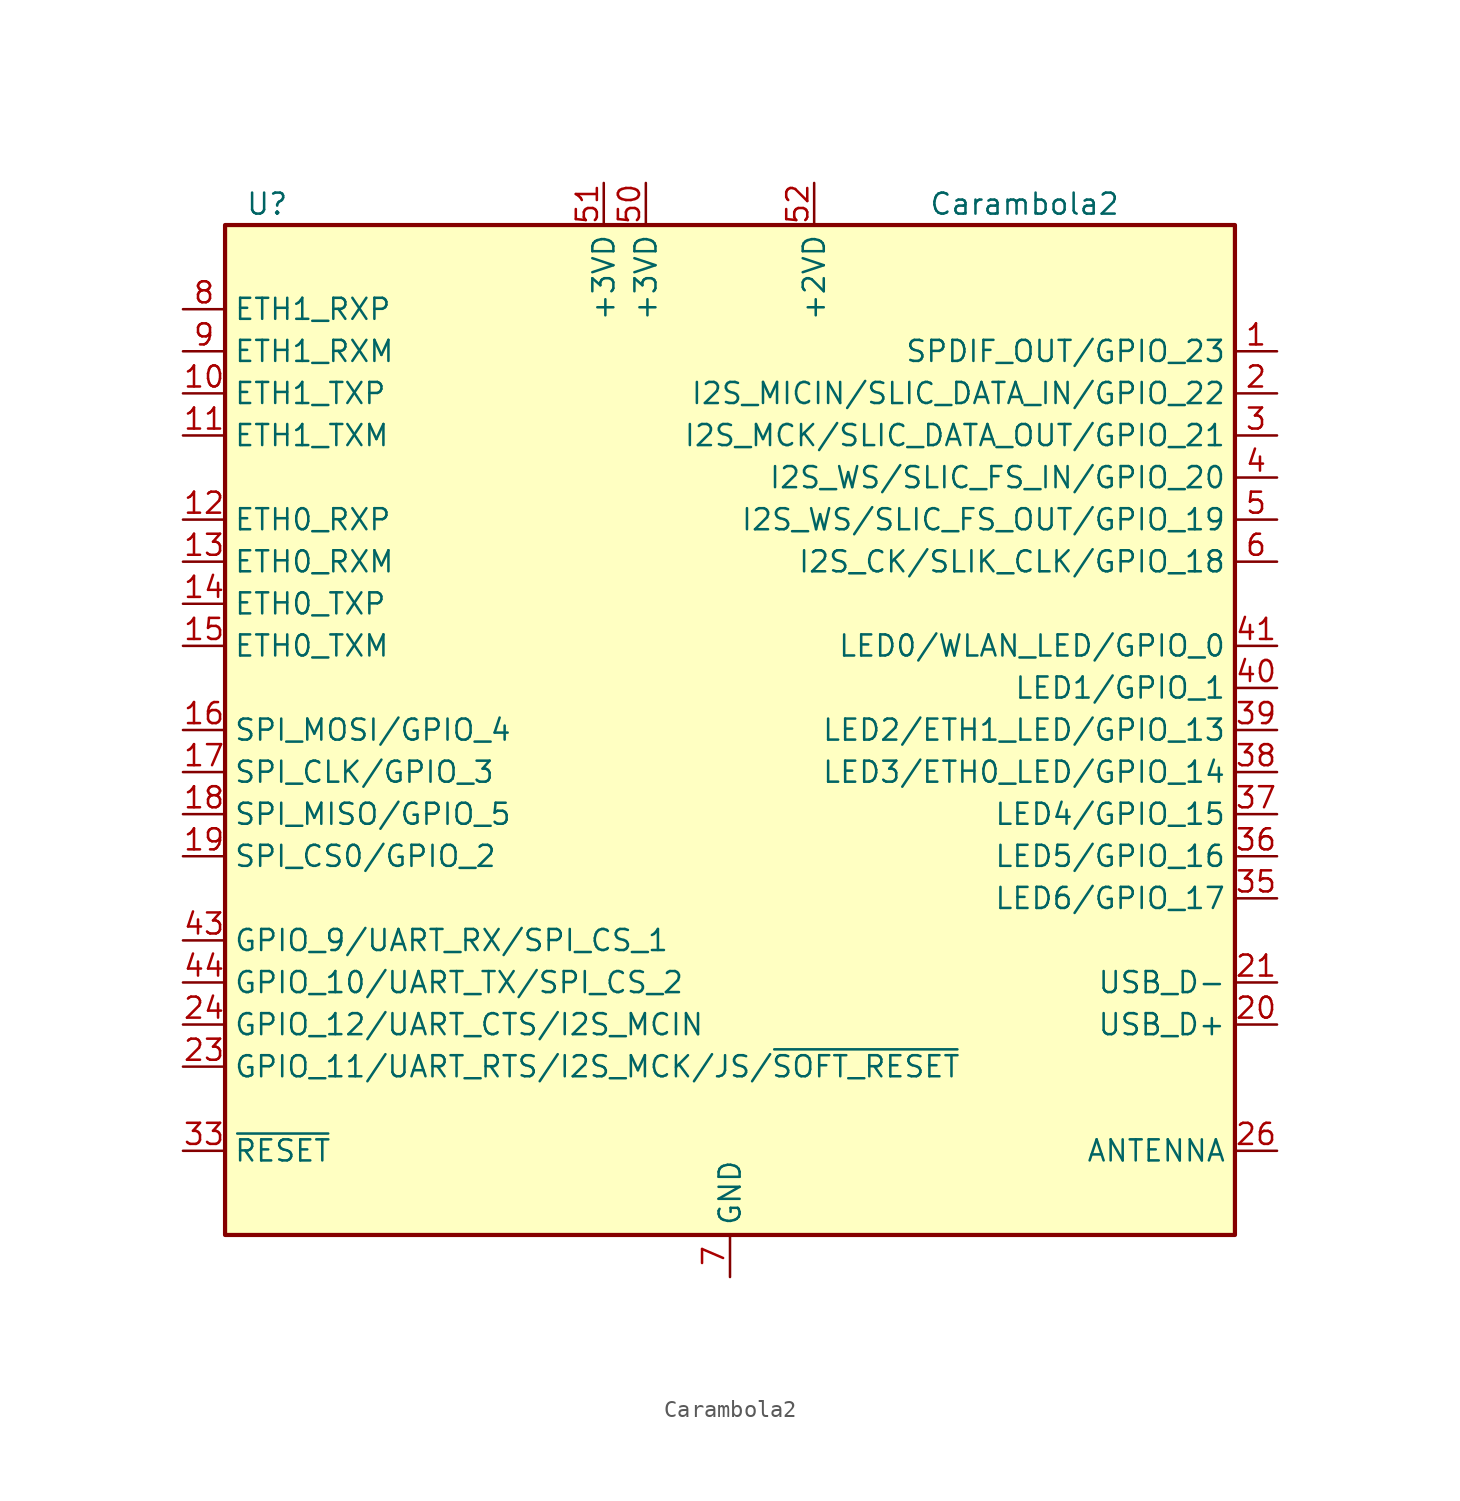
<source format=kicad_sym>
(kicad_symbol_lib
  (version 20201005)
  (generator kicad_symbol_editor)
  (symbol "Carambola2"
    (property "Reference" "U"
      (at -27.94 31.75 0)
      (effects (font (size 1.27 1.27))))
    (property "Value" "Carambola2"
      (at 17.78 31.75 0)
      (effects (font (size 1.27 1.27))))
    (symbol "Carambola2_0_1"
      (rectangle (start -30.48 30.48) (end 30.48 -30.48) (stroke (width 0.254)) (fill (type background))))
    (symbol "Carambola2_1_1"
      (pin bidirectional line (at 33.02 22.86 180) (length 2.54) (name "SPDIF_OUT/GPIO_23" (effects (font (size 1.27 1.27)))) (number "1" (effects (font (size 1.27 1.27)))))
      (pin output line (at -33.02 20.32 0) (length 2.54) (name "ETH1_TXP" (effects (font (size 1.27 1.27)))) (number "10" (effects (font (size 1.27 1.27)))))
      (pin output line (at -33.02 17.78 0) (length 2.54) (name "ETH1_TXM" (effects (font (size 1.27 1.27)))) (number "11" (effects (font (size 1.27 1.27)))))
      (pin input line (at -33.02 12.7 0) (length 2.54) (name "ETH0_RXP" (effects (font (size 1.27 1.27)))) (number "12" (effects (font (size 1.27 1.27)))))
      (pin input line (at -33.02 10.16 0) (length 2.54) (name "ETH0_RXM" (effects (font (size 1.27 1.27)))) (number "13" (effects (font (size 1.27 1.27)))))
      (pin output line (at -33.02 7.62 0) (length 2.54) (name "ETH0_TXP" (effects (font (size 1.27 1.27)))) (number "14" (effects (font (size 1.27 1.27)))))
      (pin output line (at -33.02 5.08 0) (length 2.54) (name "ETH0_TXM" (effects (font (size 1.27 1.27)))) (number "15" (effects (font (size 1.27 1.27)))))
      (pin bidirectional line (at -33.02 0 0) (length 2.54) (name "SPI_MOSI/GPIO_4" (effects (font (size 1.27 1.27)))) (number "16" (effects (font (size 1.27 1.27)))))
      (pin bidirectional line (at -33.02 -2.54 0) (length 2.54) (name "SPI_CLK/GPIO_3" (effects (font (size 1.27 1.27)))) (number "17" (effects (font (size 1.27 1.27)))))
      (pin bidirectional line (at -33.02 -5.08 0) (length 2.54) (name "SPI_MISO/GPIO_5" (effects (font (size 1.27 1.27)))) (number "18" (effects (font (size 1.27 1.27)))))
      (pin bidirectional line (at -33.02 -7.62 0) (length 2.54) (name "SPI_CS0/GPIO_2" (effects (font (size 1.27 1.27)))) (number "19" (effects (font (size 1.27 1.27)))))
      (pin bidirectional line (at 33.02 20.32 180) (length 2.54) (name "I2S_MICIN/SLIC_DATA_IN/GPIO_22" (effects (font (size 1.27 1.27)))) (number "2" (effects (font (size 1.27 1.27)))))
      (pin bidirectional line (at 33.02 -17.78 180) (length 2.54) (name "USB_D+" (effects (font (size 1.27 1.27)))) (number "20" (effects (font (size 1.27 1.27)))))
      (pin bidirectional line (at 33.02 -15.24 180) (length 2.54) (name "USB_D-" (effects (font (size 1.27 1.27)))) (number "21" (effects (font (size 1.27 1.27)))))
      (pin passive line (at 0 -33.02 90) (length 2.54) hide (name "GND" (effects (font (size 1.27 1.27)))) (number "22" (effects (font (size 1.27 1.27)))))
      (pin output line (at -33.02 -20.32 0) (length 2.54) (name "GPIO_11/UART_RTS/I2S_MCK/JS/~SOFT_RESET~" (effects (font (size 1.27 1.27)))) (number "23" (effects (font (size 1.27 1.27)))))
      (pin input line (at -33.02 -17.78 0) (length 2.54) (name "GPIO_12/UART_CTS/I2S_MCIN" (effects (font (size 1.27 1.27)))) (number "24" (effects (font (size 1.27 1.27)))))
      (pin passive line (at 0 -33.02 90) (length 2.54) hide (name "GND" (effects (font (size 1.27 1.27)))) (number "25" (effects (font (size 1.27 1.27)))))
      (pin passive line (at 33.02 -25.4 180) (length 2.54) (name "ANTENNA" (effects (font (size 1.27 1.27)))) (number "26" (effects (font (size 1.27 1.27)))))
      (pin passive line (at 0 -33.02 90) (length 2.54) hide (name "GND" (effects (font (size 1.27 1.27)))) (number "27" (effects (font (size 1.27 1.27)))))
      (pin passive line (at 0 -33.02 90) (length 2.54) hide (name "GND" (effects (font (size 1.27 1.27)))) (number "28" (effects (font (size 1.27 1.27)))))
      (pin passive line (at 0 -33.02 90) (length 2.54) hide (name "GND" (effects (font (size 1.27 1.27)))) (number "29" (effects (font (size 1.27 1.27)))))
      (pin bidirectional line (at 33.02 17.78 180) (length 2.54) (name "I2S_MCK/SLIC_DATA_OUT/GPIO_21" (effects (font (size 1.27 1.27)))) (number "3" (effects (font (size 1.27 1.27)))))
      (pin passive line (at 0 -33.02 90) (length 2.54) hide (name "GND" (effects (font (size 1.27 1.27)))) (number "30" (effects (font (size 1.27 1.27)))))
      (pin passive line (at 0 -33.02 90) (length 2.54) hide (name "GND" (effects (font (size 1.27 1.27)))) (number "31" (effects (font (size 1.27 1.27)))))
      (pin passive line (at 0 -33.02 90) (length 2.54) hide (name "GND" (effects (font (size 1.27 1.27)))) (number "32" (effects (font (size 1.27 1.27)))))
      (pin input line (at -33.02 -25.4 0) (length 2.54) (name "~RESET~" (effects (font (size 1.27 1.27)))) (number "33" (effects (font (size 1.27 1.27)))))
      (pin passive line (at 0 -33.02 90) (length 2.54) hide (name "GND" (effects (font (size 1.27 1.27)))) (number "34" (effects (font (size 1.27 1.27)))))
      (pin bidirectional line (at 33.02 -10.16 180) (length 2.54) (name "LED6/GPIO_17" (effects (font (size 1.27 1.27)))) (number "35" (effects (font (size 1.27 1.27)))))
      (pin bidirectional line (at 33.02 -7.62 180) (length 2.54) (name "LED5/GPIO_16" (effects (font (size 1.27 1.27)))) (number "36" (effects (font (size 1.27 1.27)))))
      (pin bidirectional line (at 33.02 -5.08 180) (length 2.54) (name "LED4/GPIO_15" (effects (font (size 1.27 1.27)))) (number "37" (effects (font (size 1.27 1.27)))))
      (pin bidirectional line (at 33.02 -2.54 180) (length 2.54) (name "LED3/ETH0_LED/GPIO_14" (effects (font (size 1.27 1.27)))) (number "38" (effects (font (size 1.27 1.27)))))
      (pin bidirectional line (at 33.02 0 180) (length 2.54) (name "LED2/ETH1_LED/GPIO_13" (effects (font (size 1.27 1.27)))) (number "39" (effects (font (size 1.27 1.27)))))
      (pin bidirectional line (at 33.02 15.24 180) (length 2.54) (name "I2S_WS/SLIC_FS_IN/GPIO_20" (effects (font (size 1.27 1.27)))) (number "4" (effects (font (size 1.27 1.27)))))
      (pin bidirectional line (at 33.02 2.54 180) (length 2.54) (name "LED1/GPIO_1" (effects (font (size 1.27 1.27)))) (number "40" (effects (font (size 1.27 1.27)))))
      (pin bidirectional line (at 33.02 5.08 180) (length 2.54) (name "LED0/WLAN_LED/GPIO_0" (effects (font (size 1.27 1.27)))) (number "41" (effects (font (size 1.27 1.27)))))
      (pin passive line (at 0 -33.02 90) (length 2.54) hide (name "GND" (effects (font (size 1.27 1.27)))) (number "42" (effects (font (size 1.27 1.27)))))
      (pin bidirectional line (at -33.02 -12.7 0) (length 2.54) (name "GPIO_9/UART_RX/SPI_CS_1" (effects (font (size 1.27 1.27)))) (number "43" (effects (font (size 1.27 1.27)))))
      (pin bidirectional line (at -33.02 -15.24 0) (length 2.54) (name "GPIO_10/UART_TX/SPI_CS_2" (effects (font (size 1.27 1.27)))) (number "44" (effects (font (size 1.27 1.27)))))
      (pin passive line (at 0 -33.02 90) (length 2.54) hide (name "GND" (effects (font (size 1.27 1.27)))) (number "45" (effects (font (size 1.27 1.27)))))
      (pin passive line (at 0 -33.02 90) (length 2.54) hide (name "GND" (effects (font (size 1.27 1.27)))) (number "46" (effects (font (size 1.27 1.27)))))
      (pin passive line (at 0 -33.02 90) (length 2.54) hide (name "GND" (effects (font (size 1.27 1.27)))) (number "47" (effects (font (size 1.27 1.27)))))
      (pin passive line (at 0 -33.02 90) (length 2.54) hide (name "GND" (effects (font (size 1.27 1.27)))) (number "48" (effects (font (size 1.27 1.27)))))
      (pin passive line (at 0 -33.02 90) (length 2.54) hide (name "GND" (effects (font (size 1.27 1.27)))) (number "49" (effects (font (size 1.27 1.27)))))
      (pin bidirectional line (at 33.02 12.7 180) (length 2.54) (name "I2S_WS/SLIC_FS_OUT/GPIO_19" (effects (font (size 1.27 1.27)))) (number "5" (effects (font (size 1.27 1.27)))))
      (pin power_in line (at -5.08 33.02 270) (length 2.54) (name "+3VD" (effects (font (size 1.27 1.27)))) (number "50" (effects (font (size 1.27 1.27)))))
      (pin power_in line (at -7.62 33.02 270) (length 2.54) (name "+3VD" (effects (font (size 1.27 1.27)))) (number "51" (effects (font (size 1.27 1.27)))))
      (pin power_out line (at 5.08 33.02 270) (length 2.54) (name "+2VD" (effects (font (size 1.27 1.27)))) (number "52" (effects (font (size 1.27 1.27)))))
      (pin bidirectional line (at 33.02 10.16 180) (length 2.54) (name "I2S_CK/SLIK_CLK/GPIO_18" (effects (font (size 1.27 1.27)))) (number "6" (effects (font (size 1.27 1.27)))))
      (pin power_in line (at 0 -33.02 90) (length 2.54) (name "GND" (effects (font (size 1.27 1.27)))) (number "7" (effects (font (size 1.27 1.27)))))
      (pin input line (at -33.02 25.4 0) (length 2.54) (name "ETH1_RXP" (effects (font (size 1.27 1.27)))) (number "8" (effects (font (size 1.27 1.27)))))
      (pin input line (at -33.02 22.86 0) (length 2.54) (name "ETH1_RXM" (effects (font (size 1.27 1.27)))) (number "9" (effects (font (size 1.27 1.27))))))))
</source>
